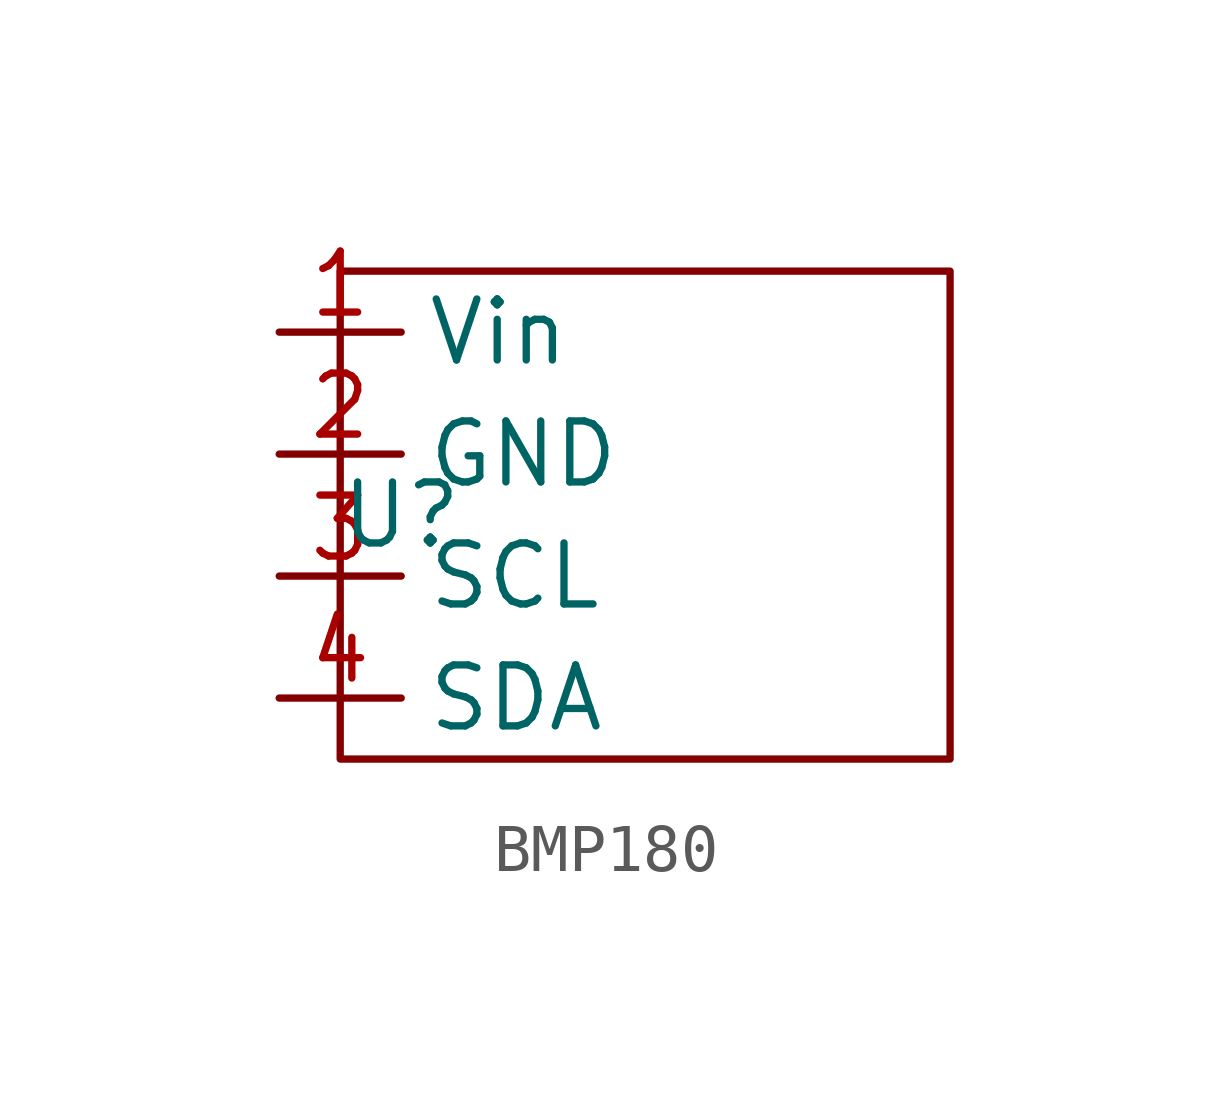
<source format=kicad_sym>
(kicad_symbol_lib
  (version 20231120)
  (generator "kicad_symbol_editor")
  (generator_version "8.0")
  (symbol "BMP180"
    (property "Reference" "U"
      (at 0 0 0)
      (effects (font (size 1.27 1.27))))
    (property "Value" ""
      (at 0 0 0)
      (effects (font (size 1.27 1.27))))
    (symbol "BMP180_0_1"
      (rectangle (start -1.27 5.08) (end 11.43 -5.08) (stroke (width 0) (type default)) (fill (type none))))
    (symbol "BMP180_1_1"
      (pin input line (at -2.54 3.81 0) (length 2.54) (name "Vin" (effects (font (size 1.27 1.27)))) (number "1" (effects (font (size 1.27 1.27)))))
      (pin input line (at -2.54 1.27 0) (length 2.54) (name "GND" (effects (font (size 1.27 1.27)))) (number "2" (effects (font (size 1.27 1.27)))))
      (pin input line (at -2.54 -1.27 0) (length 2.54) (name "SCL" (effects (font (size 1.27 1.27)))) (number "3" (effects (font (size 1.27 1.27)))))
      (pin input line (at -2.54 -3.81 0) (length 2.54) (name "SDA" (effects (font (size 1.27 1.27)))) (number "4" (effects (font (size 1.27 1.27))))))))
</source>
